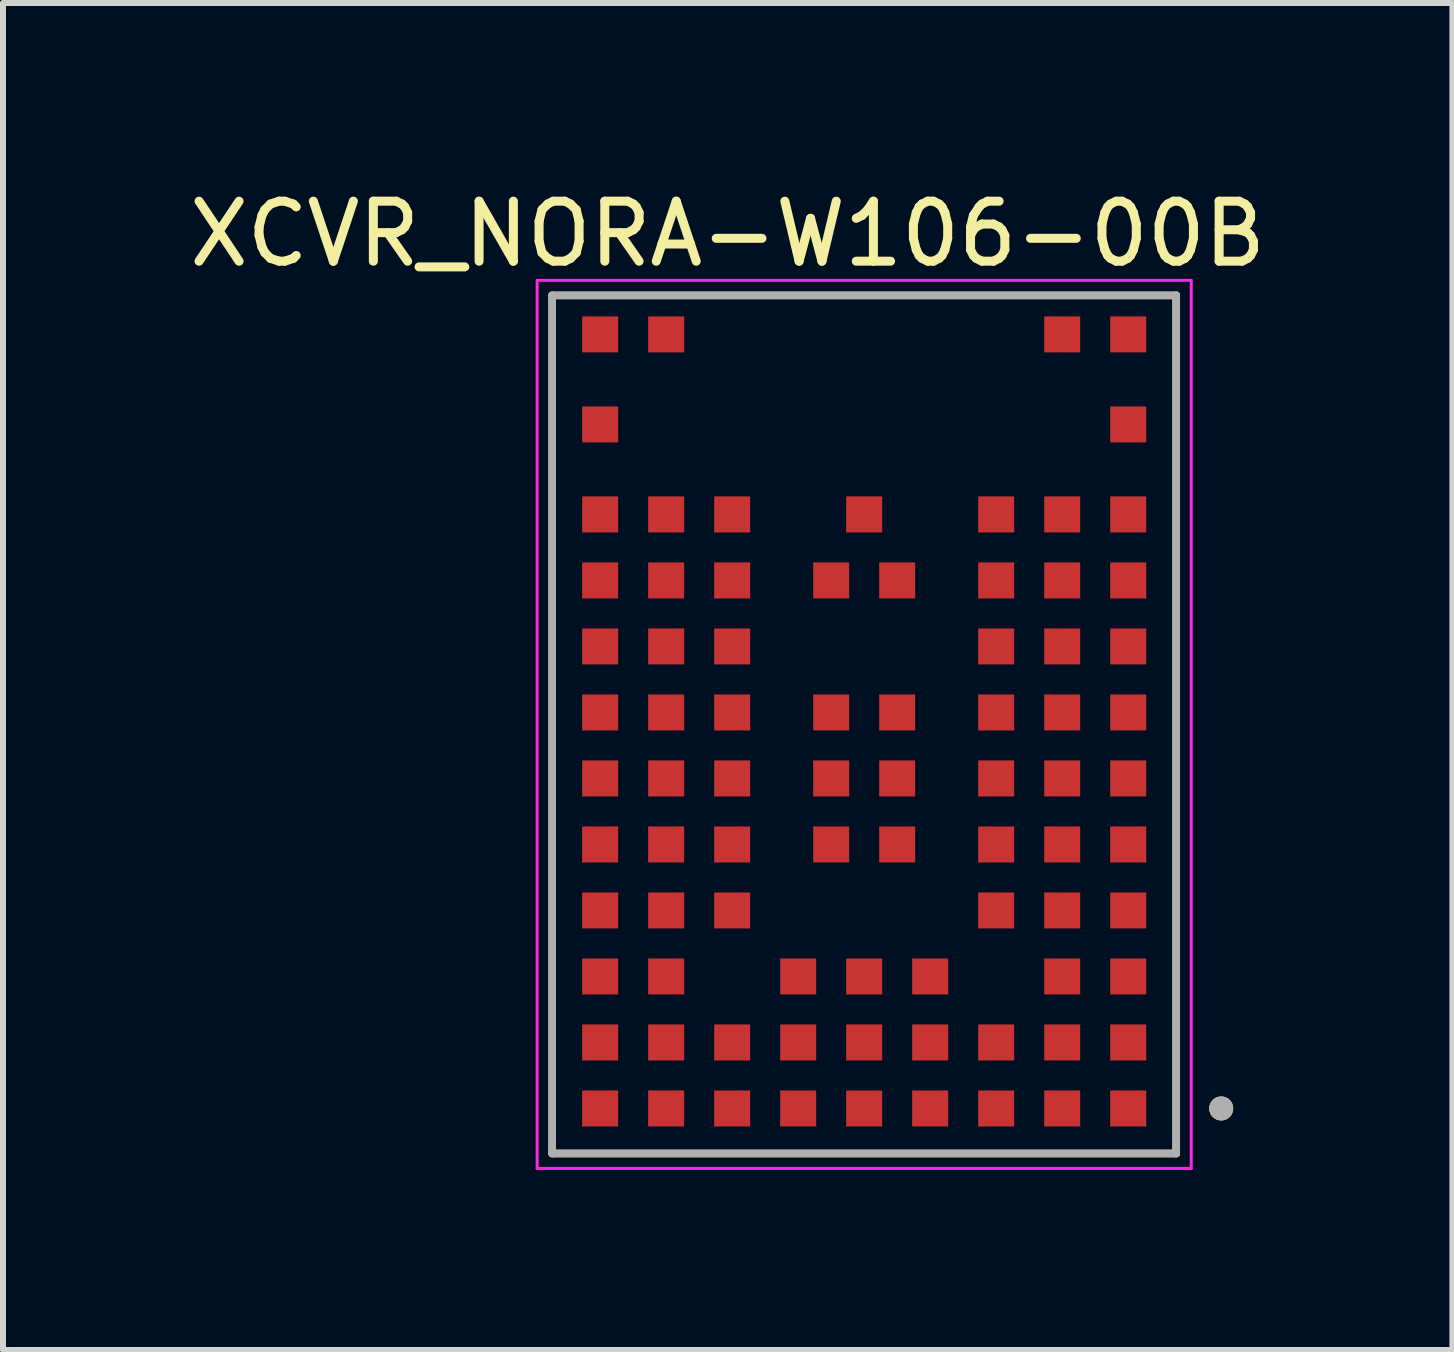
<source format=kicad_pcb>
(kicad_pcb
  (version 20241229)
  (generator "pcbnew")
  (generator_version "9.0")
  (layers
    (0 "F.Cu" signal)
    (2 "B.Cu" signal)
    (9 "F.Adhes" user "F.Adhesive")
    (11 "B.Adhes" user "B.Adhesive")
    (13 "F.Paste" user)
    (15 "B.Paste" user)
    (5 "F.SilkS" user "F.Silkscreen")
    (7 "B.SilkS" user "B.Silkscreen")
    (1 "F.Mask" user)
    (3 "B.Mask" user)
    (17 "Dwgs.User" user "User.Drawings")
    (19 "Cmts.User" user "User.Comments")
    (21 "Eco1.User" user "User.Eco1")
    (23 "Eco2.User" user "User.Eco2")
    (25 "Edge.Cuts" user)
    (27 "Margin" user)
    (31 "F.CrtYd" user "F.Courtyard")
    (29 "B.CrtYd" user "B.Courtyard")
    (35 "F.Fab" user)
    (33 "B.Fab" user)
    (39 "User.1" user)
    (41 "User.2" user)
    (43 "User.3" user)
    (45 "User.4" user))
  (footprint "XCVR_NORA-W106-00B"
    (layer "F.Cu")
    (at 11.352 9.023)
    (property "Reference" "XCVR_NORA-W106-00B" (at -2.275 -8.175 0) (layer "F.SilkS") (effects (font (size 1 1) (thickness 0.15))))
    (attr smd)
    (fp_line (start -5.2 -7.15) (end -5.2 7.15) (stroke (width 0.127) (type solid)) (layer "F.SilkS"))
    (fp_line (start -5.2 7.15) (end 5.2 7.15) (stroke (width 0.127) (type solid)) (layer "F.SilkS"))
    (fp_line (start 5.2 -7.15) (end -5.2 -7.15) (stroke (width 0.127) (type solid)) (layer "F.SilkS"))
    (fp_line (start 5.2 7.15) (end 5.2 -7.15) (stroke (width 0.127) (type solid)) (layer "F.SilkS"))
    (fp_circle (center 5.95 6.4) (end 6.05 6.4) (stroke (width 0.2) (type solid)) (fill no) (layer "F.SilkS"))
    (fp_line (start -5.45 -7.4) (end -5.45 7.4) (stroke (width 0.05) (type solid)) (layer "F.CrtYd"))
    (fp_line (start -5.45 7.4) (end 5.45 7.4) (stroke (width 0.05) (type solid)) (layer "F.CrtYd"))
    (fp_line (start 5.45 -7.4) (end -5.45 -7.4) (stroke (width 0.05) (type solid)) (layer "F.CrtYd"))
    (fp_line (start 5.45 7.4) (end 5.45 -7.4) (stroke (width 0.05) (type solid)) (layer "F.CrtYd"))
    (fp_line (start -5.2 -7.15) (end -5.2 7.15) (stroke (width 0.127) (type solid)) (layer "F.Fab"))
    (fp_line (start -5.2 7.15) (end 5.2 7.15) (stroke (width 0.127) (type solid)) (layer "F.Fab"))
    (fp_line (start 5.2 -7.15) (end -5.2 -7.15) (stroke (width 0.127) (type solid)) (layer "F.Fab"))
    (fp_line (start 5.2 7.15) (end 5.2 -7.15) (stroke (width 0.127) (type solid)) (layer "F.Fab"))
    (fp_circle (center 5.95 6.4) (end 6.05 6.4) (stroke (width 0.2) (type solid)) (fill no) (layer "F.Fab"))
    (pad "A1" smd rect (at 4.4 6.4) (size 0.6 0.6) (layers "F.Cu" "F.Mask" "F.Paste"))
    (pad "A2" smd rect (at 3.3 6.4) (size 0.6 0.6) (layers "F.Cu" "F.Mask" "F.Paste"))
    (pad "A3" smd rect (at 2.2 6.4) (size 0.6 0.6) (layers "F.Cu" "F.Mask" "F.Paste"))
    (pad "A4" smd rect (at 1.1 6.4) (size 0.6 0.6) (layers "F.Cu" "F.Mask" "F.Paste"))
    (pad "A5" smd rect (at 0 6.4) (size 0.6 0.6) (layers "F.Cu" "F.Mask" "F.Paste"))
    (pad "A6" smd rect (at -1.1 6.4) (size 0.6 0.6) (layers "F.Cu" "F.Mask" "F.Paste"))
    (pad "A7" smd rect (at -2.2 6.4) (size 0.6 0.6) (layers "F.Cu" "F.Mask" "F.Paste"))
    (pad "A8" smd rect (at -3.3 6.4) (size 0.6 0.6) (layers "F.Cu" "F.Mask" "F.Paste"))
    (pad "A9" smd rect (at -4.4 6.4) (size 0.6 0.6) (layers "F.Cu" "F.Mask" "F.Paste"))
    (pad "B1" smd rect (at 4.4 5.3) (size 0.6 0.6) (layers "F.Cu" "F.Mask" "F.Paste"))
    (pad "B2" smd rect (at 3.3 5.3) (size 0.6 0.6) (layers "F.Cu" "F.Mask" "F.Paste"))
    (pad "B3" smd rect (at 2.2 5.3) (size 0.6 0.6) (layers "F.Cu" "F.Mask" "F.Paste"))
    (pad "B4" smd rect (at 1.1 5.3) (size 0.6 0.6) (layers "F.Cu" "F.Mask" "F.Paste"))
    (pad "B5" smd rect (at 0 5.3) (size 0.6 0.6) (layers "F.Cu" "F.Mask" "F.Paste"))
    (pad "B6" smd rect (at -1.1 5.3) (size 0.6 0.6) (layers "F.Cu" "F.Mask" "F.Paste"))
    (pad "B7" smd rect (at -2.2 5.3) (size 0.6 0.6) (layers "F.Cu" "F.Mask" "F.Paste"))
    (pad "B8" smd rect (at -3.3 5.3) (size 0.6 0.6) (layers "F.Cu" "F.Mask" "F.Paste"))
    (pad "B9" smd rect (at -4.4 5.3) (size 0.6 0.6) (layers "F.Cu" "F.Mask" "F.Paste"))
    (pad "C1" smd rect (at 4.4 4.2) (size 0.6 0.6) (layers "F.Cu" "F.Mask" "F.Paste"))
    (pad "C2" smd rect (at 3.3 4.2) (size 0.6 0.6) (layers "F.Cu" "F.Mask" "F.Paste"))
    (pad "C4" smd rect (at 1.1 4.2) (size 0.6 0.6) (layers "F.Cu" "F.Mask" "F.Paste"))
    (pad "C5" smd rect (at 0 4.2) (size 0.6 0.6) (layers "F.Cu" "F.Mask" "F.Paste"))
    (pad "C6" smd rect (at -1.1 4.2) (size 0.6 0.6) (layers "F.Cu" "F.Mask" "F.Paste"))
    (pad "C8" smd rect (at -3.3 4.2) (size 0.6 0.6) (layers "F.Cu" "F.Mask" "F.Paste"))
    (pad "C9" smd rect (at -4.4 4.2) (size 0.6 0.6) (layers "F.Cu" "F.Mask" "F.Paste"))
    (pad "D1" smd rect (at 4.4 3.1) (size 0.6 0.6) (layers "F.Cu" "F.Mask" "F.Paste"))
    (pad "D2" smd rect (at 3.3 3.1) (size 0.6 0.6) (layers "F.Cu" "F.Mask" "F.Paste"))
    (pad "D3" smd rect (at 2.2 3.1) (size 0.6 0.6) (layers "F.Cu" "F.Mask" "F.Paste"))
    (pad "D7" smd rect (at -2.2 3.1) (size 0.6 0.6) (layers "F.Cu" "F.Mask" "F.Paste"))
    (pad "D8" smd rect (at -3.3 3.1) (size 0.6 0.6) (layers "F.Cu" "F.Mask" "F.Paste"))
    (pad "D9" smd rect (at -4.4 3.1) (size 0.6 0.6) (layers "F.Cu" "F.Mask" "F.Paste"))
    (pad "E1" smd rect (at 4.4 2) (size 0.6 0.6) (layers "F.Cu" "F.Mask" "F.Paste"))
    (pad "E2" smd rect (at 3.3 2) (size 0.6 0.6) (layers "F.Cu" "F.Mask" "F.Paste"))
    (pad "E3" smd rect (at 2.2 2) (size 0.6 0.6) (layers "F.Cu" "F.Mask" "F.Paste"))
    (pad "E4" smd rect (at 0.55 2) (size 0.6 0.6) (layers "F.Cu" "F.Mask" "F.Paste"))
    (pad "E5" smd rect (at -0.55 2) (size 0.6 0.6) (layers "F.Cu" "F.Mask" "F.Paste"))
    (pad "E7" smd rect (at -2.2 2) (size 0.6 0.6) (layers "F.Cu" "F.Mask" "F.Paste"))
    (pad "E8" smd rect (at -3.3 2) (size 0.6 0.6) (layers "F.Cu" "F.Mask" "F.Paste"))
    (pad "E9" smd rect (at -4.4 2) (size 0.6 0.6) (layers "F.Cu" "F.Mask" "F.Paste"))
    (pad "F1" smd rect (at 4.4 0.9) (size 0.6 0.6) (layers "F.Cu" "F.Mask" "F.Paste"))
    (pad "F2" smd rect (at 3.3 0.9) (size 0.6 0.6) (layers "F.Cu" "F.Mask" "F.Paste"))
    (pad "F3" smd rect (at 2.2 0.9) (size 0.6 0.6) (layers "F.Cu" "F.Mask" "F.Paste"))
    (pad "F4" smd rect (at 0.55 0.9) (size 0.6 0.6) (layers "F.Cu" "F.Mask" "F.Paste"))
    (pad "F5" smd rect (at -0.55 0.9) (size 0.6 0.6) (layers "F.Cu" "F.Mask" "F.Paste"))
    (pad "F7" smd rect (at -2.2 0.9) (size 0.6 0.6) (layers "F.Cu" "F.Mask" "F.Paste"))
    (pad "F8" smd rect (at -3.3 0.9) (size 0.6 0.6) (layers "F.Cu" "F.Mask" "F.Paste"))
    (pad "F9" smd rect (at -4.4 0.9) (size 0.6 0.6) (layers "F.Cu" "F.Mask" "F.Paste"))
    (pad "G1" smd rect (at 4.4 -0.2) (size 0.6 0.6) (layers "F.Cu" "F.Mask" "F.Paste"))
    (pad "G2" smd rect (at 3.3 -0.2) (size 0.6 0.6) (layers "F.Cu" "F.Mask" "F.Paste"))
    (pad "G3" smd rect (at 2.2 -0.2) (size 0.6 0.6) (layers "F.Cu" "F.Mask" "F.Paste"))
    (pad "G4" smd rect (at 0.55 -0.2) (size 0.6 0.6) (layers "F.Cu" "F.Mask" "F.Paste"))
    (pad "G5" smd rect (at -0.55 -0.2) (size 0.6 0.6) (layers "F.Cu" "F.Mask" "F.Paste"))
    (pad "G7" smd rect (at -2.2 -0.2) (size 0.6 0.6) (layers "F.Cu" "F.Mask" "F.Paste"))
    (pad "G8" smd rect (at -3.3 -0.2) (size 0.6 0.6) (layers "F.Cu" "F.Mask" "F.Paste"))
    (pad "G9" smd rect (at -4.4 -0.2) (size 0.6 0.6) (layers "F.Cu" "F.Mask" "F.Paste"))
    (pad "H1" smd rect (at 4.4 -1.3) (size 0.6 0.6) (layers "F.Cu" "F.Mask" "F.Paste"))
    (pad "H2" smd rect (at 3.3 -1.3) (size 0.6 0.6) (layers "F.Cu" "F.Mask" "F.Paste"))
    (pad "H3" smd rect (at 2.2 -1.3) (size 0.6 0.6) (layers "F.Cu" "F.Mask" "F.Paste"))
    (pad "H7" smd rect (at -2.2 -1.3) (size 0.6 0.6) (layers "F.Cu" "F.Mask" "F.Paste"))
    (pad "H8" smd rect (at -3.3 -1.3) (size 0.6 0.6) (layers "F.Cu" "F.Mask" "F.Paste"))
    (pad "H9" smd rect (at -4.4 -1.3) (size 0.6 0.6) (layers "F.Cu" "F.Mask" "F.Paste"))
    (pad "J1" smd rect (at 4.4 -2.4) (size 0.6 0.6) (layers "F.Cu" "F.Mask" "F.Paste"))
    (pad "J2" smd rect (at 3.3 -2.4) (size 0.6 0.6) (layers "F.Cu" "F.Mask" "F.Paste"))
    (pad "J3" smd rect (at 2.2 -2.4) (size 0.6 0.6) (layers "F.Cu" "F.Mask" "F.Paste"))
    (pad "J4" smd rect (at 0.55 -2.4) (size 0.6 0.6) (layers "F.Cu" "F.Mask" "F.Paste"))
    (pad "J5" smd rect (at -0.55 -2.4) (size 0.6 0.6) (layers "F.Cu" "F.Mask" "F.Paste"))
    (pad "J7" smd rect (at -2.2 -2.4) (size 0.6 0.6) (layers "F.Cu" "F.Mask" "F.Paste"))
    (pad "J8" smd rect (at -3.3 -2.4) (size 0.6 0.6) (layers "F.Cu" "F.Mask" "F.Paste"))
    (pad "J9" smd rect (at -4.4 -2.4) (size 0.6 0.6) (layers "F.Cu" "F.Mask" "F.Paste"))
    (pad "K1" smd rect (at 4.4 -3.5) (size 0.6 0.6) (layers "F.Cu" "F.Mask" "F.Paste"))
    (pad "K2" smd rect (at 3.3 -3.5) (size 0.6 0.6) (layers "F.Cu" "F.Mask" "F.Paste"))
    (pad "K3" smd rect (at 2.2 -3.5) (size 0.6 0.6) (layers "F.Cu" "F.Mask" "F.Paste"))
    (pad "K5" smd rect (at 0 -3.5) (size 0.6 0.6) (layers "F.Cu" "F.Mask" "F.Paste"))
    (pad "K7" smd rect (at -2.2 -3.5) (size 0.6 0.6) (layers "F.Cu" "F.Mask" "F.Paste"))
    (pad "K8" smd rect (at -3.3 -3.5) (size 0.6 0.6) (layers "F.Cu" "F.Mask" "F.Paste"))
    (pad "K9" smd rect (at -4.4 -3.5) (size 0.6 0.6) (layers "F.Cu" "F.Mask" "F.Paste"))
    (pad "L1" smd rect (at 4.4 -5) (size 0.6 0.6) (layers "F.Cu" "F.Mask" "F.Paste"))
    (pad "L9" smd rect (at -4.4 -5) (size 0.6 0.6) (layers "F.Cu" "F.Mask" "F.Paste"))
    (pad "M1" smd rect (at 4.4 -6.5) (size 0.6 0.6) (layers "F.Cu" "F.Mask" "F.Paste"))
    (pad "M2" smd rect (at 3.3 -6.5) (size 0.6 0.6) (layers "F.Cu" "F.Mask" "F.Paste"))
    (pad "M8" smd rect (at -3.3 -6.5) (size 0.6 0.6) (layers "F.Cu" "F.Mask" "F.Paste"))
    (pad "M9" smd rect (at -4.4 -6.5) (size 0.6 0.6) (layers "F.Cu" "F.Mask" "F.Paste"))
    (zone (net_name "") (layer "F.Cu") (hatch full 0.508) (connect_pads) (min_thickness 0.01) (filled_areas_thickness no) (keepout (tracks not_allowed) (vias not_allowed) (pads not_allowed) (copperpour not_allowed) (footprints allowed)) (placement (enabled no)) (fill) (polygon (pts (xy 7.252 5.223) (xy 15.452 5.223) (xy 15.452 2.823) (xy 14.352 2.823) (xy 14.352 2.023) (xy 16.552 2.023) (xy 16.552 1.873) (xy 6.152 1.873) (xy 6.152 2.023) (xy 8.352 2.023) (xy 8.352 2.823) (xy 7.252 2.823))))
    (zone (net_name "") (layers "F.Cu" "B.Cu") (hatch full 0.508) (connect_pads) (min_thickness 0.01) (filled_areas_thickness no) (keepout (tracks allowed) (vias not_allowed) (pads allowed) (copperpour allowed) (footprints allowed)) (placement (enabled no)) (fill) (polygon (pts (xy 7.252 5.223) (xy 15.452 5.223) (xy 15.452 2.823) (xy 14.352 2.823) (xy 14.352 2.023) (xy 16.552 2.023) (xy 16.552 1.873) (xy 6.152 1.873) (xy 6.152 2.023) (xy 8.352 2.023) (xy 8.352 2.823) (xy 7.252 2.823)))))
  (gr_rect
    (start -3 -3)
    (end 21.155 19.448)
    (stroke (width 0.1) (type default))
    (fill no)
    (layer "Edge.Cuts")))
</source>
